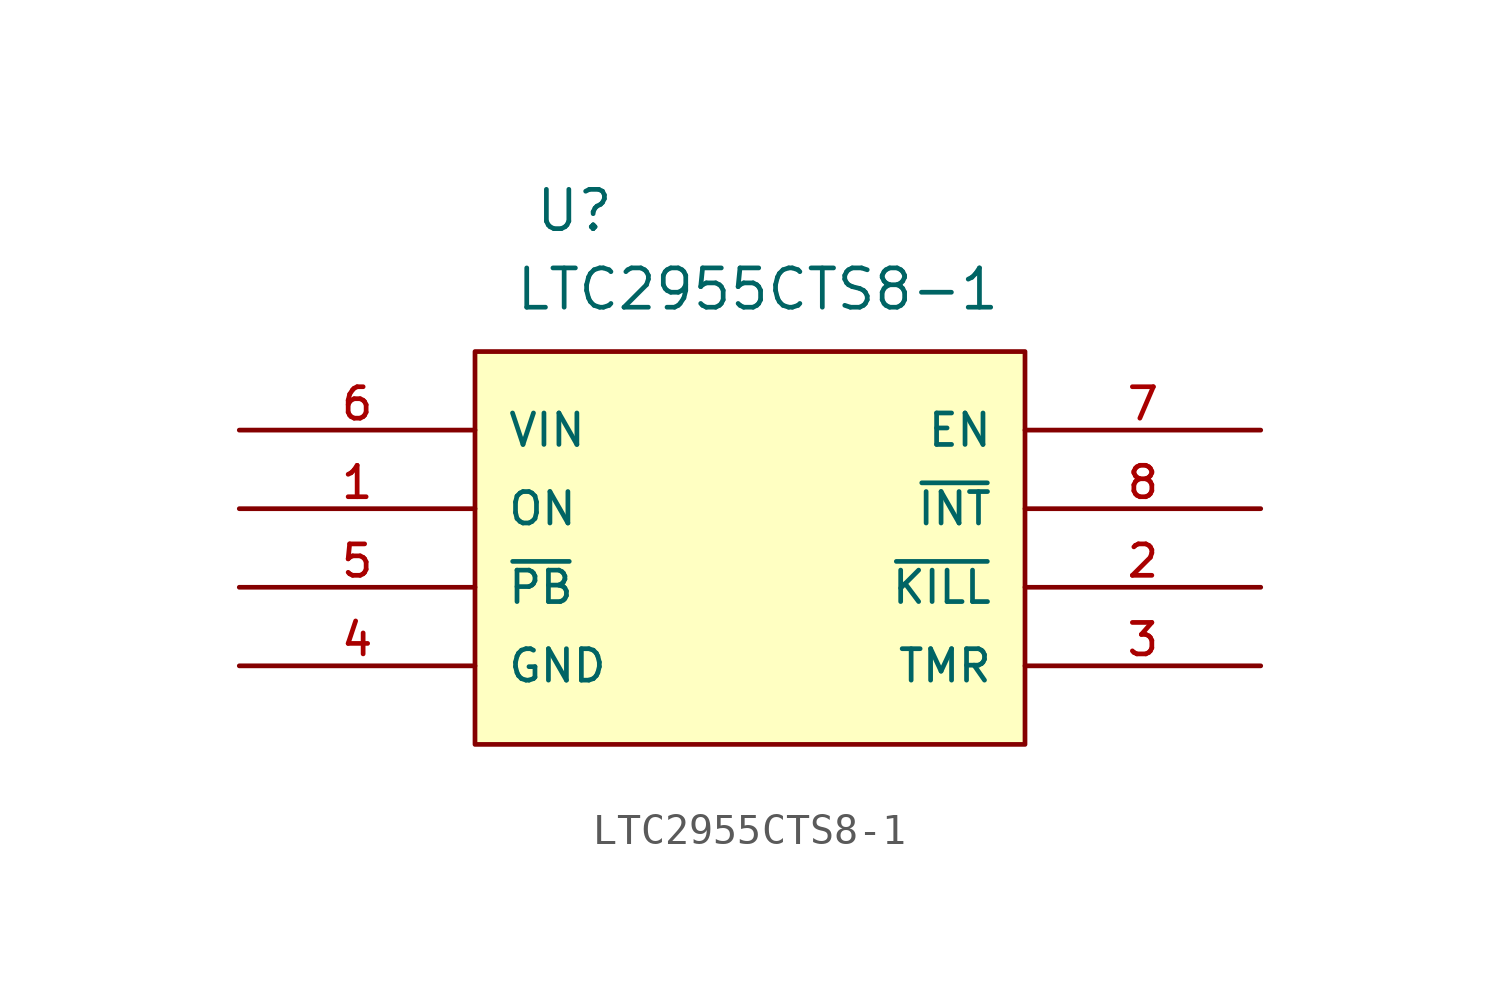
<source format=kicad_sym>
(kicad_symbol_lib
  (version 20220914)
  (generator kicad_symbol_editor)
  (symbol "LTC2955CTS8-1"
    (pin_names
      (offset 1.016))
    (property "Reference" "U"
      (at 9.525 6.35 0)
      (effects (font (size 1.27 1.27)) (justify left bottom)))
    (property "Value" "LTC2955CTS8-1"
      (at 8.89 3.81 0)
      (effects (font (size 1.27 1.27)) (justify left bottom)))
    (symbol "LTC2955CTS8-1_0_0"
      (rectangle (start 7.62 2.54) (end 25.4 -10.16) (stroke (width 0.152) (type default)) (fill (type background)))
      (pin input line (at 0 -2.54 0) (length 7.62) (name "ON" (effects (font (size 1.016 1.016)))) (number "1" (effects (font (size 1.016 1.016)))))
      (pin passive line (at 33.02 -7.62 180) (length 7.62) (name "TMR" (effects (font (size 1.016 1.016)))) (number "3" (effects (font (size 1.016 1.016)))))
      (pin power_in line (at 0 -7.62 0) (length 7.62) (name "GND" (effects (font (size 1.016 1.016)))) (number "4" (effects (font (size 1.016 1.016)))))
      (pin input line (at 0 0 0) (length 7.62) (name "VIN" (effects (font (size 1.016 1.016)))) (number "6" (effects (font (size 1.016 1.016))))))
    (symbol "LTC2955CTS8-1_1_0"
      (pin input line (at 33.02 -5.08 180) (length 7.62) (name "~{KILL}" (effects (font (size 1.016 1.016)))) (number "2" (effects (font (size 1.016 1.016)))))
      (pin input line (at 0 -5.08 0) (length 7.62) (name "~{PB}" (effects (font (size 1.016 1.016)))) (number "5" (effects (font (size 1.016 1.016)))))
      (pin output line (at 33.02 0 180) (length 7.62) (name "EN" (effects (font (size 1.016 1.016)))) (number "7" (effects (font (size 1.016 1.016)))))
      (pin output line (at 33.02 -2.54 180) (length 7.62) (name "~{INT}" (effects (font (size 1.016 1.016)))) (number "8" (effects (font (size 1.016 1.016))))))))
</source>
